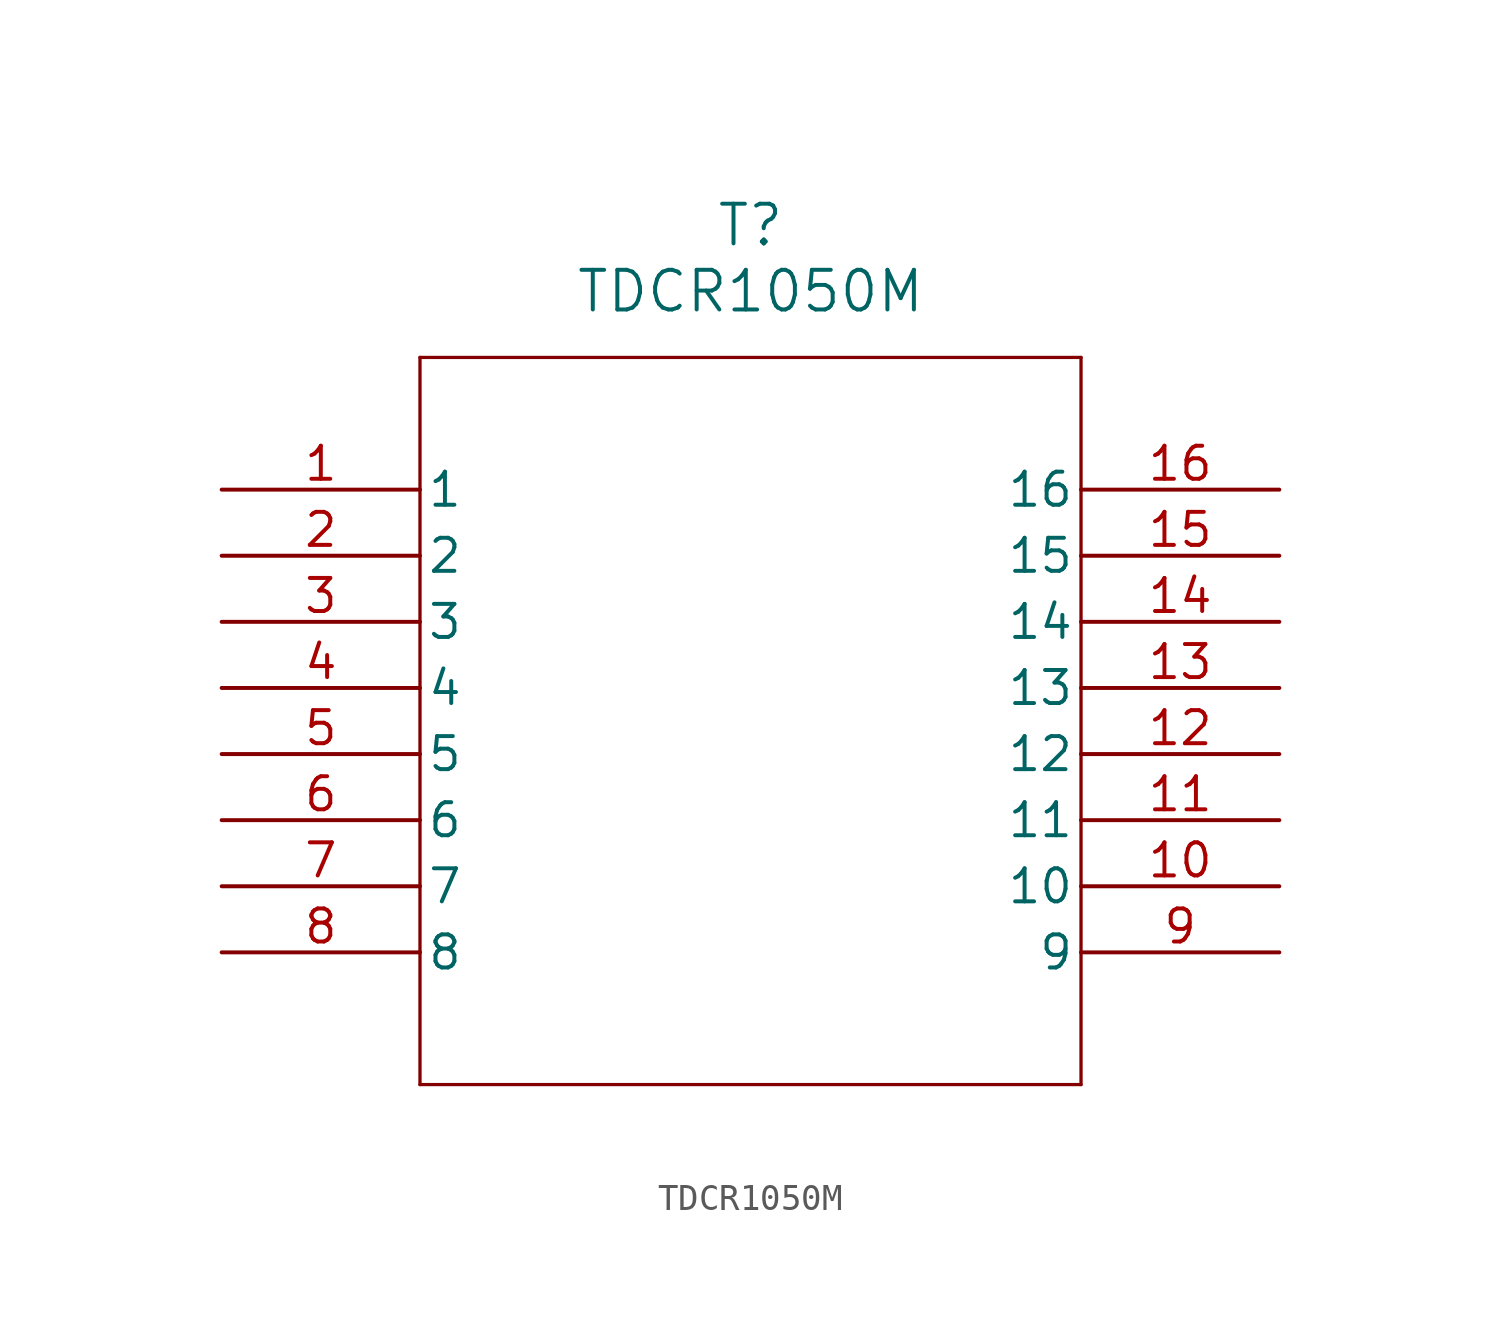
<source format=kicad_sym>
(kicad_symbol_lib
  (version 20231120)
  (generator "kicad_symbol_editor")
  (generator_version "8.0")
  (symbol "TDCR1050M"
    (pin_names
      (offset 0.254))
    (property "Reference" "T"
      (at 20.32 10.16 0)
      (effects (font (size 1.524 1.524))))
    (property "Value" "TDCR1050M"
      (at 20.32 7.62 0)
      (effects (font (size 1.524 1.524))))
    (symbol "TDCR1050M_0_1"
      (polyline (pts (xy 7.62 -22.86) (xy 33.02 -22.86)) (stroke (width 0.127) (type default)) (fill (type none)))
      (polyline (pts (xy 7.62 5.08) (xy 7.62 -22.86)) (stroke (width 0.127) (type default)) (fill (type none)))
      (polyline (pts (xy 33.02 -22.86) (xy 33.02 5.08)) (stroke (width 0.127) (type default)) (fill (type none)))
      (polyline (pts (xy 33.02 5.08) (xy 7.62 5.08)) (stroke (width 0.127) (type default)) (fill (type none)))
      (pin unspecified line (at 0 0 0) (length 7.62) (name "1" (effects (font (size 1.27 1.27)))) (number "1" (effects (font (size 1.27 1.27)))))
      (pin unspecified line (at 40.64 -15.24 180) (length 7.62) (name "10" (effects (font (size 1.27 1.27)))) (number "10" (effects (font (size 1.27 1.27)))))
      (pin unspecified line (at 40.64 -12.7 180) (length 7.62) (name "11" (effects (font (size 1.27 1.27)))) (number "11" (effects (font (size 1.27 1.27)))))
      (pin unspecified line (at 40.64 -10.16 180) (length 7.62) (name "12" (effects (font (size 1.27 1.27)))) (number "12" (effects (font (size 1.27 1.27)))))
      (pin unspecified line (at 40.64 -7.62 180) (length 7.62) (name "13" (effects (font (size 1.27 1.27)))) (number "13" (effects (font (size 1.27 1.27)))))
      (pin unspecified line (at 40.64 -5.08 180) (length 7.62) (name "14" (effects (font (size 1.27 1.27)))) (number "14" (effects (font (size 1.27 1.27)))))
      (pin unspecified line (at 40.64 -2.54 180) (length 7.62) (name "15" (effects (font (size 1.27 1.27)))) (number "15" (effects (font (size 1.27 1.27)))))
      (pin unspecified line (at 40.64 0 180) (length 7.62) (name "16" (effects (font (size 1.27 1.27)))) (number "16" (effects (font (size 1.27 1.27)))))
      (pin unspecified line (at 0 -2.54 0) (length 7.62) (name "2" (effects (font (size 1.27 1.27)))) (number "2" (effects (font (size 1.27 1.27)))))
      (pin unspecified line (at 0 -5.08 0) (length 7.62) (name "3" (effects (font (size 1.27 1.27)))) (number "3" (effects (font (size 1.27 1.27)))))
      (pin unspecified line (at 0 -7.62 0) (length 7.62) (name "4" (effects (font (size 1.27 1.27)))) (number "4" (effects (font (size 1.27 1.27)))))
      (pin unspecified line (at 0 -10.16 0) (length 7.62) (name "5" (effects (font (size 1.27 1.27)))) (number "5" (effects (font (size 1.27 1.27)))))
      (pin unspecified line (at 0 -12.7 0) (length 7.62) (name "6" (effects (font (size 1.27 1.27)))) (number "6" (effects (font (size 1.27 1.27)))))
      (pin unspecified line (at 0 -15.24 0) (length 7.62) (name "7" (effects (font (size 1.27 1.27)))) (number "7" (effects (font (size 1.27 1.27)))))
      (pin unspecified line (at 0 -17.78 0) (length 7.62) (name "8" (effects (font (size 1.27 1.27)))) (number "8" (effects (font (size 1.27 1.27)))))
      (pin unspecified line (at 40.64 -17.78 180) (length 7.62) (name "9" (effects (font (size 1.27 1.27)))) (number "9" (effects (font (size 1.27 1.27))))))))
</source>
